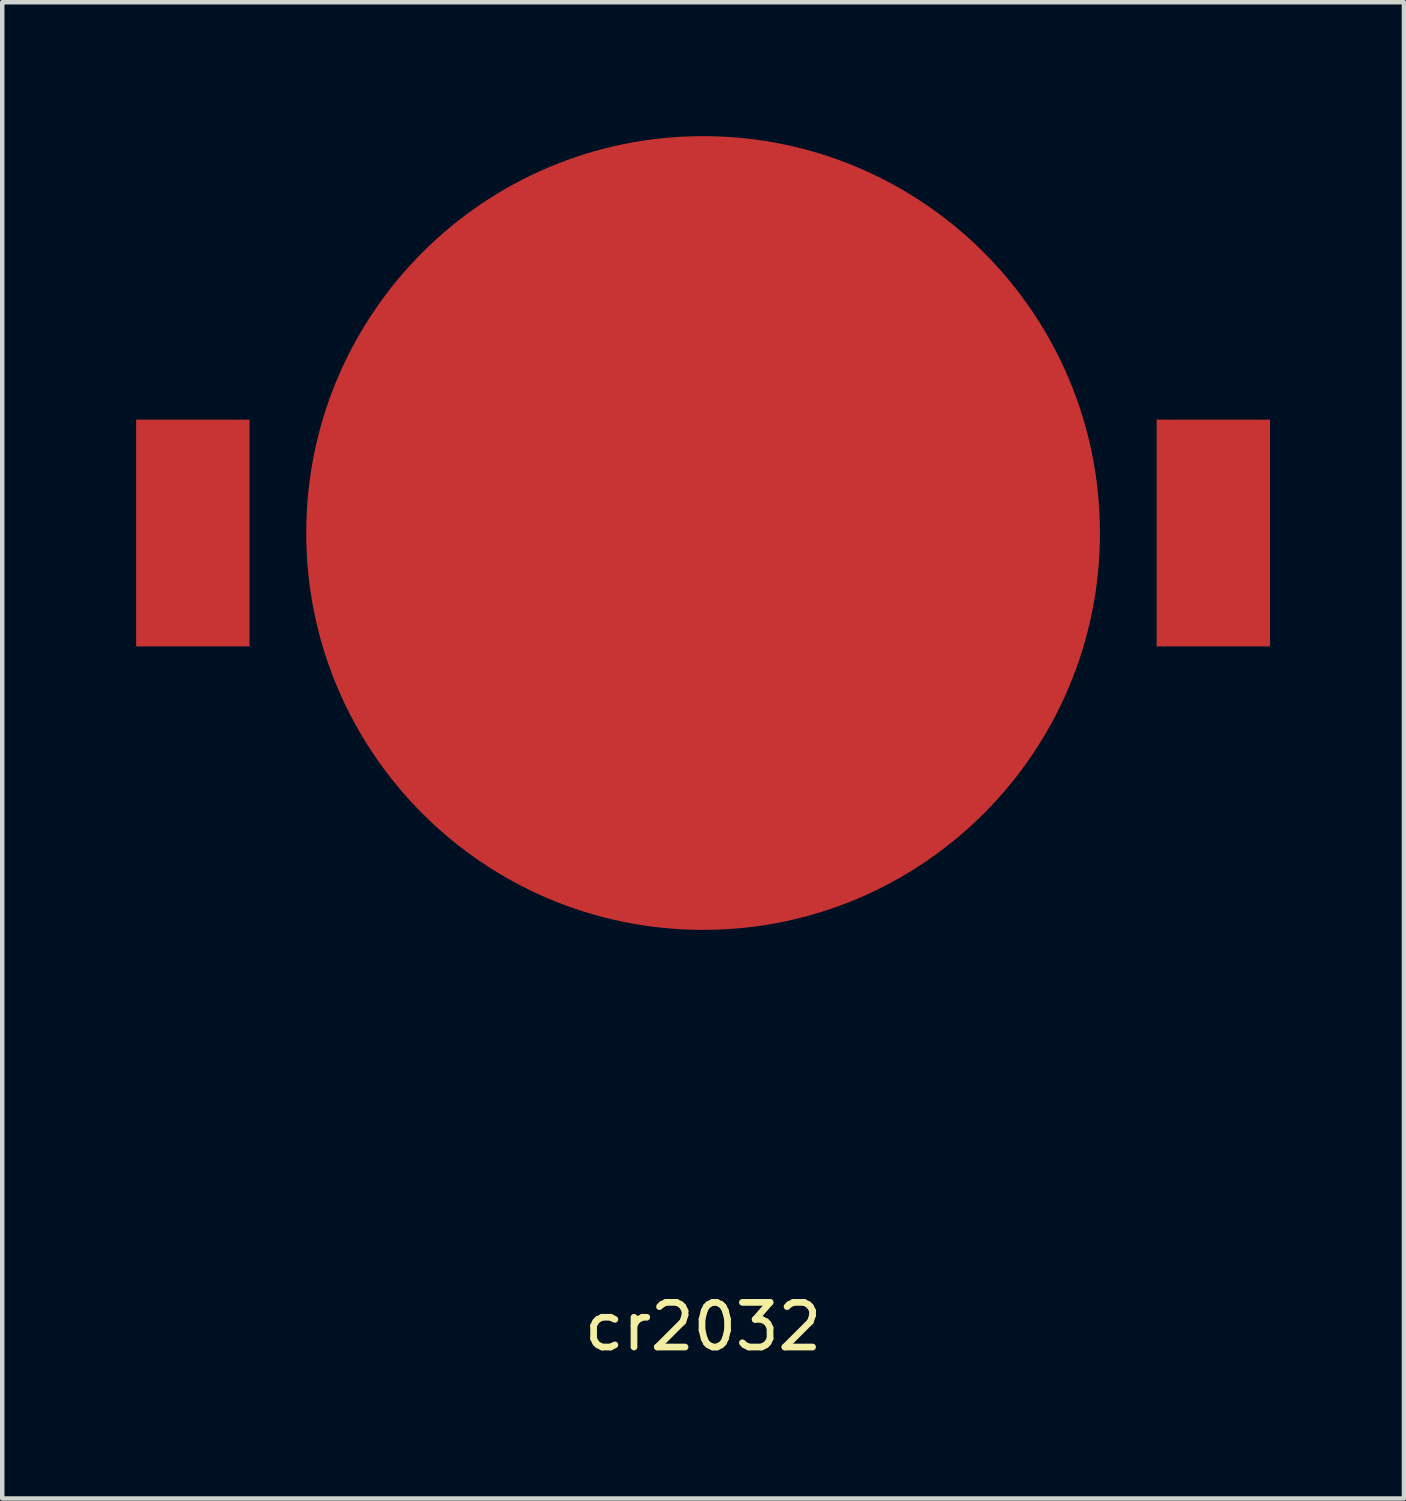
<source format=kicad_pcb>
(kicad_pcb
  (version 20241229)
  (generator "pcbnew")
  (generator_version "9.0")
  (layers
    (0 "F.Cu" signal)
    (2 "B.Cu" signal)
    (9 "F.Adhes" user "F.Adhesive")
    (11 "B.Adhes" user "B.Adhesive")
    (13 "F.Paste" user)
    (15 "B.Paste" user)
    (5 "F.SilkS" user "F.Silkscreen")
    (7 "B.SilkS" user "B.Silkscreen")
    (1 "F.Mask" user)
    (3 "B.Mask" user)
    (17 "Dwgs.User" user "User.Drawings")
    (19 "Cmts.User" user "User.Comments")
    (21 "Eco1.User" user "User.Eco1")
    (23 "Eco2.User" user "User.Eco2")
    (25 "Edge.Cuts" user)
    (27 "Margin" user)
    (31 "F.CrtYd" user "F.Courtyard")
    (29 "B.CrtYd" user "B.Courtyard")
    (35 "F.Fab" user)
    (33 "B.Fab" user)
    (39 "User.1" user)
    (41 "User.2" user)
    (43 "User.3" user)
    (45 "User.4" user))
  (footprint "cr2032"
    (layer "F.Cu")
    (at 12.7 8.89)
    (property "Reference" "cr2032" (at 0 17.78 0) (layer "F.SilkS") (effects (font (size 1 1) (thickness 0.15))))
    (attr through_hole)
    (pad "1" smd rect (at -12.7 0) (size 2.54 5.08) (drill (offset 1.27 0)) (layers "F.Cu" "F.Mask" "F.Paste"))
    (pad "1" smd rect (at 12.7 0) (size 2.54 5.08) (drill (offset -1.27 0)) (layers "F.Cu" "F.Mask" "F.Paste"))
    (pad "2" smd circle (at 0 0) (size 17.78 17.78) (layers "F.Cu" "F.Mask" "F.Paste")))
  (gr_rect
    (start -3 -3)
    (end 28.4 30.518)
    (stroke (width 0.1) (type default))
    (fill no)
    (layer "Edge.Cuts")))
</source>
